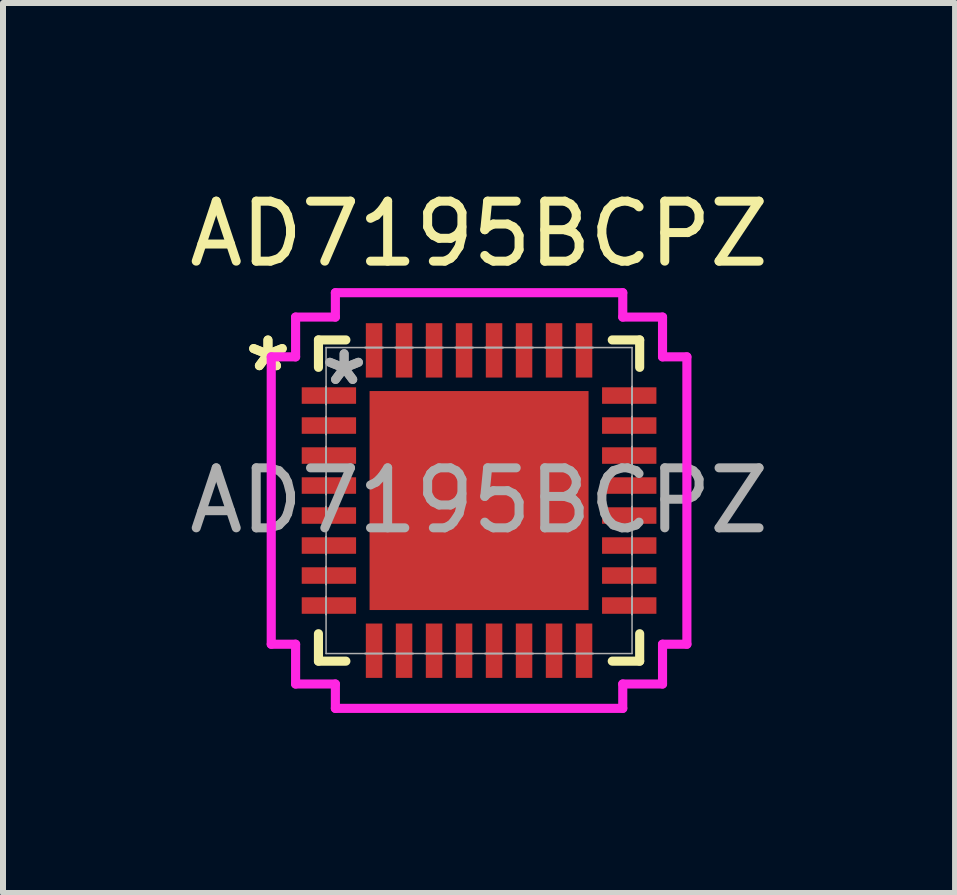
<source format=kicad_pcb>
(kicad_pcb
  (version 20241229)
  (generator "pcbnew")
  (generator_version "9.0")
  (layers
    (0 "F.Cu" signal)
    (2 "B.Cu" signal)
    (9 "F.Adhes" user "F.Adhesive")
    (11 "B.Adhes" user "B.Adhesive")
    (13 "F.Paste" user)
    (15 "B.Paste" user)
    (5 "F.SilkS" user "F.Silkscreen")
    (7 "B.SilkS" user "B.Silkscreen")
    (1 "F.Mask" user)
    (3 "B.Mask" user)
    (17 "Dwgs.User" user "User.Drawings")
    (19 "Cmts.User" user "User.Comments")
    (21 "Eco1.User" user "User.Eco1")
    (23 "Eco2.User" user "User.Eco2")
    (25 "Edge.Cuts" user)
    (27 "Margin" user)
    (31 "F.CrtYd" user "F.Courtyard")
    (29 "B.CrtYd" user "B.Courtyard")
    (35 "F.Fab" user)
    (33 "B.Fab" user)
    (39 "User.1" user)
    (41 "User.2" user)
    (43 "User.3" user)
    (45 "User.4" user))
  (footprint "AD7195BCPZ"
    (layer "F.Cu")
    (at 4.935 5.293)
    (property "Reference" "AD7195BCPZ" (at 0 -4.445 0) (unlocked yes) (layer "F.SilkS") (effects (font (size 1 1) (thickness 0.15))))
    (attr smd)
    (fp_line (start -2.677 -2.677) (end -2.677 -2.22) (stroke (width 0.152) (type solid)) (layer "F.SilkS"))
    (fp_line (start -2.677 2.22) (end -2.677 2.677) (stroke (width 0.152) (type solid)) (layer "F.SilkS"))
    (fp_line (start -2.677 2.677) (end -2.22 2.677) (stroke (width 0.152) (type solid)) (layer "F.SilkS"))
    (fp_line (start -2.22 -2.677) (end -2.677 -2.677) (stroke (width 0.152) (type solid)) (layer "F.SilkS"))
    (fp_line (start 2.22 2.677) (end 2.677 2.677) (stroke (width 0.152) (type solid)) (layer "F.SilkS"))
    (fp_line (start 2.677 -2.677) (end 2.22 -2.677) (stroke (width 0.152) (type solid)) (layer "F.SilkS"))
    (fp_line (start 2.677 -2.22) (end 2.677 -2.677) (stroke (width 0.152) (type solid)) (layer "F.SilkS"))
    (fp_line (start 2.677 2.677) (end 2.677 2.22) (stroke (width 0.152) (type solid)) (layer "F.SilkS"))
    (fp_poly (pts (xy -1.725 -1.725) (xy -1.725 -0.1) (xy -0.1 -0.1) (xy -0.1 -1.725)) (stroke (width 0) (type solid)) (fill yes) (layer "F.Paste"))
    (fp_poly (pts (xy -1.725 0.1) (xy -1.725 1.725) (xy -0.1 1.725) (xy -0.1 0.1)) (stroke (width 0) (type solid)) (fill yes) (layer "F.Paste"))
    (fp_poly (pts (xy 0.1 -1.725) (xy 0.1 -0.1) (xy 1.725 -0.1) (xy 1.725 -1.725)) (stroke (width 0) (type solid)) (fill yes) (layer "F.Paste"))
    (fp_poly (pts (xy 0.1 0.1) (xy 0.1 1.725) (xy 1.725 1.725) (xy 1.725 0.1)) (stroke (width 0) (type solid)) (fill yes) (layer "F.Paste"))
    (fp_line (start -3.464 -2.395) (end -3.058 -2.395) (stroke (width 0.152) (type solid)) (layer "F.CrtYd"))
    (fp_line (start -3.464 2.395) (end -3.464 -2.395) (stroke (width 0.152) (type solid)) (layer "F.CrtYd"))
    (fp_line (start -3.058 -3.058) (end -2.395 -3.058) (stroke (width 0.152) (type solid)) (layer "F.CrtYd"))
    (fp_line (start -3.058 -2.395) (end -3.058 -3.058) (stroke (width 0.152) (type solid)) (layer "F.CrtYd"))
    (fp_line (start -3.058 2.395) (end -3.464 2.395) (stroke (width 0.152) (type solid)) (layer "F.CrtYd"))
    (fp_line (start -3.058 3.058) (end -3.058 2.395) (stroke (width 0.152) (type solid)) (layer "F.CrtYd"))
    (fp_line (start -2.395 -3.464) (end 2.395 -3.464) (stroke (width 0.152) (type solid)) (layer "F.CrtYd"))
    (fp_line (start -2.395 -3.058) (end -2.395 -3.464) (stroke (width 0.152) (type solid)) (layer "F.CrtYd"))
    (fp_line (start -2.395 3.058) (end -3.058 3.058) (stroke (width 0.152) (type solid)) (layer "F.CrtYd"))
    (fp_line (start -2.395 3.464) (end -2.395 3.058) (stroke (width 0.152) (type solid)) (layer "F.CrtYd"))
    (fp_line (start 2.395 -3.464) (end 2.395 -3.058) (stroke (width 0.152) (type solid)) (layer "F.CrtYd"))
    (fp_line (start 2.395 -3.058) (end 3.058 -3.058) (stroke (width 0.152) (type solid)) (layer "F.CrtYd"))
    (fp_line (start 2.395 3.058) (end 2.395 3.464) (stroke (width 0.152) (type solid)) (layer "F.CrtYd"))
    (fp_line (start 2.395 3.464) (end -2.395 3.464) (stroke (width 0.152) (type solid)) (layer "F.CrtYd"))
    (fp_line (start 3.058 -3.058) (end 3.058 -2.395) (stroke (width 0.152) (type solid)) (layer "F.CrtYd"))
    (fp_line (start 3.058 -2.395) (end 3.464 -2.395) (stroke (width 0.152) (type solid)) (layer "F.CrtYd"))
    (fp_line (start 3.058 2.395) (end 3.058 3.058) (stroke (width 0.152) (type solid)) (layer "F.CrtYd"))
    (fp_line (start 3.058 3.058) (end 2.395 3.058) (stroke (width 0.152) (type solid)) (layer "F.CrtYd"))
    (fp_line (start 3.464 -2.395) (end 3.464 2.395) (stroke (width 0.152) (type solid)) (layer "F.CrtYd"))
    (fp_line (start 3.464 2.395) (end 3.058 2.395) (stroke (width 0.152) (type solid)) (layer "F.CrtYd"))
    (fp_line (start -2.55 -2.55) (end -2.55 2.55) (stroke (width 0.025) (type solid)) (layer "F.Fab"))
    (fp_line (start -2.55 -1.9) (end -2.55 -1.9) (stroke (width 0.025) (type solid)) (layer "F.Fab"))
    (fp_line (start -2.55 -1.9) (end -2.55 -1.6) (stroke (width 0.025) (type solid)) (layer "F.Fab"))
    (fp_line (start -2.55 -1.6) (end -2.55 -1.9) (stroke (width 0.025) (type solid)) (layer "F.Fab"))
    (fp_line (start -2.55 -1.6) (end -2.55 -1.6) (stroke (width 0.025) (type solid)) (layer "F.Fab"))
    (fp_line (start -2.55 -1.4) (end -2.55 -1.4) (stroke (width 0.025) (type solid)) (layer "F.Fab"))
    (fp_line (start -2.55 -1.4) (end -2.55 -1.1) (stroke (width 0.025) (type solid)) (layer "F.Fab"))
    (fp_line (start -2.55 -1.1) (end -2.55 -1.4) (stroke (width 0.025) (type solid)) (layer "F.Fab"))
    (fp_line (start -2.55 -1.1) (end -2.55 -1.1) (stroke (width 0.025) (type solid)) (layer "F.Fab"))
    (fp_line (start -2.55 -0.9) (end -2.55 -0.9) (stroke (width 0.025) (type solid)) (layer "F.Fab"))
    (fp_line (start -2.55 -0.9) (end -2.55 -0.6) (stroke (width 0.025) (type solid)) (layer "F.Fab"))
    (fp_line (start -2.55 -0.6) (end -2.55 -0.9) (stroke (width 0.025) (type solid)) (layer "F.Fab"))
    (fp_line (start -2.55 -0.6) (end -2.55 -0.6) (stroke (width 0.025) (type solid)) (layer "F.Fab"))
    (fp_line (start -2.55 -0.4) (end -2.55 -0.4) (stroke (width 0.025) (type solid)) (layer "F.Fab"))
    (fp_line (start -2.55 -0.4) (end -2.55 -0.1) (stroke (width 0.025) (type solid)) (layer "F.Fab"))
    (fp_line (start -2.55 -0.1) (end -2.55 -0.4) (stroke (width 0.025) (type solid)) (layer "F.Fab"))
    (fp_line (start -2.55 -0.1) (end -2.55 -0.1) (stroke (width 0.025) (type solid)) (layer "F.Fab"))
    (fp_line (start -2.55 0.1) (end -2.55 0.1) (stroke (width 0.025) (type solid)) (layer "F.Fab"))
    (fp_line (start -2.55 0.1) (end -2.55 0.4) (stroke (width 0.025) (type solid)) (layer "F.Fab"))
    (fp_line (start -2.55 0.4) (end -2.55 0.1) (stroke (width 0.025) (type solid)) (layer "F.Fab"))
    (fp_line (start -2.55 0.4) (end -2.55 0.4) (stroke (width 0.025) (type solid)) (layer "F.Fab"))
    (fp_line (start -2.55 0.6) (end -2.55 0.6) (stroke (width 0.025) (type solid)) (layer "F.Fab"))
    (fp_line (start -2.55 0.6) (end -2.55 0.9) (stroke (width 0.025) (type solid)) (layer "F.Fab"))
    (fp_line (start -2.55 0.9) (end -2.55 0.6) (stroke (width 0.025) (type solid)) (layer "F.Fab"))
    (fp_line (start -2.55 0.9) (end -2.55 0.9) (stroke (width 0.025) (type solid)) (layer "F.Fab"))
    (fp_line (start -2.55 1.1) (end -2.55 1.1) (stroke (width 0.025) (type solid)) (layer "F.Fab"))
    (fp_line (start -2.55 1.1) (end -2.55 1.4) (stroke (width 0.025) (type solid)) (layer "F.Fab"))
    (fp_line (start -2.55 1.4) (end -2.55 1.1) (stroke (width 0.025) (type solid)) (layer "F.Fab"))
    (fp_line (start -2.55 1.4) (end -2.55 1.4) (stroke (width 0.025) (type solid)) (layer "F.Fab"))
    (fp_line (start -2.55 1.6) (end -2.55 1.6) (stroke (width 0.025) (type solid)) (layer "F.Fab"))
    (fp_line (start -2.55 1.6) (end -2.55 1.9) (stroke (width 0.025) (type solid)) (layer "F.Fab"))
    (fp_line (start -2.55 1.9) (end -2.55 1.6) (stroke (width 0.025) (type solid)) (layer "F.Fab"))
    (fp_line (start -2.55 1.9) (end -2.55 1.9) (stroke (width 0.025) (type solid)) (layer "F.Fab"))
    (fp_line (start -2.55 2.55) (end 2.55 2.55) (stroke (width 0.025) (type solid)) (layer "F.Fab"))
    (fp_line (start -1.9 -2.55) (end -1.9 -2.55) (stroke (width 0.025) (type solid)) (layer "F.Fab"))
    (fp_line (start -1.9 -2.55) (end -1.6 -2.55) (stroke (width 0.025) (type solid)) (layer "F.Fab"))
    (fp_line (start -1.9 2.55) (end -1.9 2.55) (stroke (width 0.025) (type solid)) (layer "F.Fab"))
    (fp_line (start -1.9 2.55) (end -1.6 2.55) (stroke (width 0.025) (type solid)) (layer "F.Fab"))
    (fp_line (start -1.6 -2.55) (end -1.9 -2.55) (stroke (width 0.025) (type solid)) (layer "F.Fab"))
    (fp_line (start -1.6 -2.55) (end -1.6 -2.55) (stroke (width 0.025) (type solid)) (layer "F.Fab"))
    (fp_line (start -1.6 2.55) (end -1.9 2.55) (stroke (width 0.025) (type solid)) (layer "F.Fab"))
    (fp_line (start -1.6 2.55) (end -1.6 2.55) (stroke (width 0.025) (type solid)) (layer "F.Fab"))
    (fp_line (start -1.4 -2.55) (end -1.4 -2.55) (stroke (width 0.025) (type solid)) (layer "F.Fab"))
    (fp_line (start -1.4 -2.55) (end -1.1 -2.55) (stroke (width 0.025) (type solid)) (layer "F.Fab"))
    (fp_line (start -1.4 2.55) (end -1.4 2.55) (stroke (width 0.025) (type solid)) (layer "F.Fab"))
    (fp_line (start -1.4 2.55) (end -1.1 2.55) (stroke (width 0.025) (type solid)) (layer "F.Fab"))
    (fp_line (start -1.1 -2.55) (end -1.4 -2.55) (stroke (width 0.025) (type solid)) (layer "F.Fab"))
    (fp_line (start -1.1 -2.55) (end -1.1 -2.55) (stroke (width 0.025) (type solid)) (layer "F.Fab"))
    (fp_line (start -1.1 2.55) (end -1.4 2.55) (stroke (width 0.025) (type solid)) (layer "F.Fab"))
    (fp_line (start -1.1 2.55) (end -1.1 2.55) (stroke (width 0.025) (type solid)) (layer "F.Fab"))
    (fp_line (start -0.9 -2.55) (end -0.9 -2.55) (stroke (width 0.025) (type solid)) (layer "F.Fab"))
    (fp_line (start -0.9 -2.55) (end -0.6 -2.55) (stroke (width 0.025) (type solid)) (layer "F.Fab"))
    (fp_line (start -0.9 2.55) (end -0.9 2.55) (stroke (width 0.025) (type solid)) (layer "F.Fab"))
    (fp_line (start -0.9 2.55) (end -0.6 2.55) (stroke (width 0.025) (type solid)) (layer "F.Fab"))
    (fp_line (start -0.6 -2.55) (end -0.9 -2.55) (stroke (width 0.025) (type solid)) (layer "F.Fab"))
    (fp_line (start -0.6 -2.55) (end -0.6 -2.55) (stroke (width 0.025) (type solid)) (layer "F.Fab"))
    (fp_line (start -0.6 2.55) (end -0.9 2.55) (stroke (width 0.025) (type solid)) (layer "F.Fab"))
    (fp_line (start -0.6 2.55) (end -0.6 2.55) (stroke (width 0.025) (type solid)) (layer "F.Fab"))
    (fp_line (start -0.4 -2.55) (end -0.4 -2.55) (stroke (width 0.025) (type solid)) (layer "F.Fab"))
    (fp_line (start -0.4 -2.55) (end -0.1 -2.55) (stroke (width 0.025) (type solid)) (layer "F.Fab"))
    (fp_line (start -0.4 2.55) (end -0.4 2.55) (stroke (width 0.025) (type solid)) (layer "F.Fab"))
    (fp_line (start -0.4 2.55) (end -0.1 2.55) (stroke (width 0.025) (type solid)) (layer "F.Fab"))
    (fp_line (start -0.1 -2.55) (end -0.4 -2.55) (stroke (width 0.025) (type solid)) (layer "F.Fab"))
    (fp_line (start -0.1 -2.55) (end -0.1 -2.55) (stroke (width 0.025) (type solid)) (layer "F.Fab"))
    (fp_line (start -0.1 2.55) (end -0.4 2.55) (stroke (width 0.025) (type solid)) (layer "F.Fab"))
    (fp_line (start -0.1 2.55) (end -0.1 2.55) (stroke (width 0.025) (type solid)) (layer "F.Fab"))
    (fp_line (start 0.1 -2.55) (end 0.1 -2.55) (stroke (width 0.025) (type solid)) (layer "F.Fab"))
    (fp_line (start 0.1 -2.55) (end 0.4 -2.55) (stroke (width 0.025) (type solid)) (layer "F.Fab"))
    (fp_line (start 0.1 2.55) (end 0.1 2.55) (stroke (width 0.025) (type solid)) (layer "F.Fab"))
    (fp_line (start 0.1 2.55) (end 0.4 2.55) (stroke (width 0.025) (type solid)) (layer "F.Fab"))
    (fp_line (start 0.4 -2.55) (end 0.1 -2.55) (stroke (width 0.025) (type solid)) (layer "F.Fab"))
    (fp_line (start 0.4 -2.55) (end 0.4 -2.55) (stroke (width 0.025) (type solid)) (layer "F.Fab"))
    (fp_line (start 0.4 2.55) (end 0.1 2.55) (stroke (width 0.025) (type solid)) (layer "F.Fab"))
    (fp_line (start 0.4 2.55) (end 0.4 2.55) (stroke (width 0.025) (type solid)) (layer "F.Fab"))
    (fp_line (start 0.6 -2.55) (end 0.6 -2.55) (stroke (width 0.025) (type solid)) (layer "F.Fab"))
    (fp_line (start 0.6 -2.55) (end 0.9 -2.55) (stroke (width 0.025) (type solid)) (layer "F.Fab"))
    (fp_line (start 0.6 2.55) (end 0.6 2.55) (stroke (width 0.025) (type solid)) (layer "F.Fab"))
    (fp_line (start 0.6 2.55) (end 0.9 2.55) (stroke (width 0.025) (type solid)) (layer "F.Fab"))
    (fp_line (start 0.9 -2.55) (end 0.6 -2.55) (stroke (width 0.025) (type solid)) (layer "F.Fab"))
    (fp_line (start 0.9 -2.55) (end 0.9 -2.55) (stroke (width 0.025) (type solid)) (layer "F.Fab"))
    (fp_line (start 0.9 2.55) (end 0.6 2.55) (stroke (width 0.025) (type solid)) (layer "F.Fab"))
    (fp_line (start 0.9 2.55) (end 0.9 2.55) (stroke (width 0.025) (type solid)) (layer "F.Fab"))
    (fp_line (start 1.1 -2.55) (end 1.1 -2.55) (stroke (width 0.025) (type solid)) (layer "F.Fab"))
    (fp_line (start 1.1 -2.55) (end 1.4 -2.55) (stroke (width 0.025) (type solid)) (layer "F.Fab"))
    (fp_line (start 1.1 2.55) (end 1.1 2.55) (stroke (width 0.025) (type solid)) (layer "F.Fab"))
    (fp_line (start 1.1 2.55) (end 1.4 2.55) (stroke (width 0.025) (type solid)) (layer "F.Fab"))
    (fp_line (start 1.4 -2.55) (end 1.1 -2.55) (stroke (width 0.025) (type solid)) (layer "F.Fab"))
    (fp_line (start 1.4 -2.55) (end 1.4 -2.55) (stroke (width 0.025) (type solid)) (layer "F.Fab"))
    (fp_line (start 1.4 2.55) (end 1.1 2.55) (stroke (width 0.025) (type solid)) (layer "F.Fab"))
    (fp_line (start 1.4 2.55) (end 1.4 2.55) (stroke (width 0.025) (type solid)) (layer "F.Fab"))
    (fp_line (start 1.6 -2.55) (end 1.6 -2.55) (stroke (width 0.025) (type solid)) (layer "F.Fab"))
    (fp_line (start 1.6 -2.55) (end 1.9 -2.55) (stroke (width 0.025) (type solid)) (layer "F.Fab"))
    (fp_line (start 1.6 2.55) (end 1.6 2.55) (stroke (width 0.025) (type solid)) (layer "F.Fab"))
    (fp_line (start 1.6 2.55) (end 1.9 2.55) (stroke (width 0.025) (type solid)) (layer "F.Fab"))
    (fp_line (start 1.9 -2.55) (end 1.6 -2.55) (stroke (width 0.025) (type solid)) (layer "F.Fab"))
    (fp_line (start 1.9 -2.55) (end 1.9 -2.55) (stroke (width 0.025) (type solid)) (layer "F.Fab"))
    (fp_line (start 1.9 2.55) (end 1.6 2.55) (stroke (width 0.025) (type solid)) (layer "F.Fab"))
    (fp_line (start 1.9 2.55) (end 1.9 2.55) (stroke (width 0.025) (type solid)) (layer "F.Fab"))
    (fp_line (start 2.55 -2.55) (end -2.55 -2.55) (stroke (width 0.025) (type solid)) (layer "F.Fab"))
    (fp_line (start 2.55 -1.9) (end 2.55 -1.9) (stroke (width 0.025) (type solid)) (layer "F.Fab"))
    (fp_line (start 2.55 -1.9) (end 2.55 -1.6) (stroke (width 0.025) (type solid)) (layer "F.Fab"))
    (fp_line (start 2.55 -1.6) (end 2.55 -1.9) (stroke (width 0.025) (type solid)) (layer "F.Fab"))
    (fp_line (start 2.55 -1.6) (end 2.55 -1.6) (stroke (width 0.025) (type solid)) (layer "F.Fab"))
    (fp_line (start 2.55 -1.4) (end 2.55 -1.4) (stroke (width 0.025) (type solid)) (layer "F.Fab"))
    (fp_line (start 2.55 -1.4) (end 2.55 -1.1) (stroke (width 0.025) (type solid)) (layer "F.Fab"))
    (fp_line (start 2.55 -1.1) (end 2.55 -1.4) (stroke (width 0.025) (type solid)) (layer "F.Fab"))
    (fp_line (start 2.55 -1.1) (end 2.55 -1.1) (stroke (width 0.025) (type solid)) (layer "F.Fab"))
    (fp_line (start 2.55 -0.9) (end 2.55 -0.9) (stroke (width 0.025) (type solid)) (layer "F.Fab"))
    (fp_line (start 2.55 -0.9) (end 2.55 -0.6) (stroke (width 0.025) (type solid)) (layer "F.Fab"))
    (fp_line (start 2.55 -0.6) (end 2.55 -0.9) (stroke (width 0.025) (type solid)) (layer "F.Fab"))
    (fp_line (start 2.55 -0.6) (end 2.55 -0.6) (stroke (width 0.025) (type solid)) (layer "F.Fab"))
    (fp_line (start 2.55 -0.4) (end 2.55 -0.4) (stroke (width 0.025) (type solid)) (layer "F.Fab"))
    (fp_line (start 2.55 -0.4) (end 2.55 -0.1) (stroke (width 0.025) (type solid)) (layer "F.Fab"))
    (fp_line (start 2.55 -0.1) (end 2.55 -0.4) (stroke (width 0.025) (type solid)) (layer "F.Fab"))
    (fp_line (start 2.55 -0.1) (end 2.55 -0.1) (stroke (width 0.025) (type solid)) (layer "F.Fab"))
    (fp_line (start 2.55 0.1) (end 2.55 0.1) (stroke (width 0.025) (type solid)) (layer "F.Fab"))
    (fp_line (start 2.55 0.1) (end 2.55 0.4) (stroke (width 0.025) (type solid)) (layer "F.Fab"))
    (fp_line (start 2.55 0.4) (end 2.55 0.1) (stroke (width 0.025) (type solid)) (layer "F.Fab"))
    (fp_line (start 2.55 0.4) (end 2.55 0.4) (stroke (width 0.025) (type solid)) (layer "F.Fab"))
    (fp_line (start 2.55 0.6) (end 2.55 0.6) (stroke (width 0.025) (type solid)) (layer "F.Fab"))
    (fp_line (start 2.55 0.6) (end 2.55 0.9) (stroke (width 0.025) (type solid)) (layer "F.Fab"))
    (fp_line (start 2.55 0.9) (end 2.55 0.6) (stroke (width 0.025) (type solid)) (layer "F.Fab"))
    (fp_line (start 2.55 0.9) (end 2.55 0.9) (stroke (width 0.025) (type solid)) (layer "F.Fab"))
    (fp_line (start 2.55 1.1) (end 2.55 1.1) (stroke (width 0.025) (type solid)) (layer "F.Fab"))
    (fp_line (start 2.55 1.1) (end 2.55 1.4) (stroke (width 0.025) (type solid)) (layer "F.Fab"))
    (fp_line (start 2.55 1.4) (end 2.55 1.1) (stroke (width 0.025) (type solid)) (layer "F.Fab"))
    (fp_line (start 2.55 1.4) (end 2.55 1.4) (stroke (width 0.025) (type solid)) (layer "F.Fab"))
    (fp_line (start 2.55 1.6) (end 2.55 1.6) (stroke (width 0.025) (type solid)) (layer "F.Fab"))
    (fp_line (start 2.55 1.6) (end 2.55 1.9) (stroke (width 0.025) (type solid)) (layer "F.Fab"))
    (fp_line (start 2.55 1.9) (end 2.55 1.6) (stroke (width 0.025) (type solid)) (layer "F.Fab"))
    (fp_line (start 2.55 1.9) (end 2.55 1.9) (stroke (width 0.025) (type solid)) (layer "F.Fab"))
    (fp_line (start 2.55 2.55) (end 2.55 -2.55) (stroke (width 0.025) (type solid)) (layer "F.Fab"))
    (fp_text user "*" (at -3.519 -2.131 0) (layer "F.SilkS") (effects (font (size 1 1) (thickness 0.15))))
    (fp_text user "*" (at -3.519 -2.131 0) (unlocked yes) (layer "F.SilkS") (effects (font (size 1 1) (thickness 0.15))))
    (fp_text user "*" (at -2.249 -1.902 0) (layer "F.Fab") (effects (font (size 1 1) (thickness 0.15))))
    (fp_text user "${REFERENCE}" (at 0 0 0) (unlocked yes) (layer "F.Fab") (effects (font (size 1 1) (thickness 0.15))))
    (fp_text user "*" (at -2.249 -1.902 0) (unlocked yes) (layer "F.Fab") (effects (font (size 1 1) (thickness 0.15))))
    (pad "1" smd rect (at -2.503 -1.75 90) (size 0.275 0.906) (layers "F.Cu" "F.Mask" "F.Paste"))
    (pad "2" smd rect (at -2.503 -1.25 90) (size 0.275 0.906) (layers "F.Cu" "F.Mask" "F.Paste"))
    (pad "3" smd rect (at -2.503 -0.75 90) (size 0.275 0.906) (layers "F.Cu" "F.Mask" "F.Paste"))
    (pad "4" smd rect (at -2.503 -0.25 90) (size 0.275 0.906) (layers "F.Cu" "F.Mask" "F.Paste"))
    (pad "5" smd rect (at -2.503 0.25 90) (size 0.275 0.906) (layers "F.Cu" "F.Mask" "F.Paste"))
    (pad "6" smd rect (at -2.503 0.75 90) (size 0.275 0.906) (layers "F.Cu" "F.Mask" "F.Paste"))
    (pad "7" smd rect (at -2.503 1.25 90) (size 0.275 0.906) (layers "F.Cu" "F.Mask" "F.Paste"))
    (pad "8" smd rect (at -2.503 1.75 90) (size 0.275 0.906) (layers "F.Cu" "F.Mask" "F.Paste"))
    (pad "9" smd rect (at -1.75 2.503) (size 0.275 0.906) (layers "F.Cu" "F.Mask" "F.Paste"))
    (pad "10" smd rect (at -1.25 2.503) (size 0.275 0.906) (layers "F.Cu" "F.Mask" "F.Paste"))
    (pad "11" smd rect (at -0.75 2.503) (size 0.275 0.906) (layers "F.Cu" "F.Mask" "F.Paste"))
    (pad "12" smd rect (at -0.25 2.503) (size 0.275 0.906) (layers "F.Cu" "F.Mask" "F.Paste"))
    (pad "13" smd rect (at 0.25 2.503) (size 0.275 0.906) (layers "F.Cu" "F.Mask" "F.Paste"))
    (pad "14" smd rect (at 0.75 2.503) (size 0.275 0.906) (layers "F.Cu" "F.Mask" "F.Paste"))
    (pad "15" smd rect (at 1.25 2.503) (size 0.275 0.906) (layers "F.Cu" "F.Mask" "F.Paste"))
    (pad "16" smd rect (at 1.75 2.503) (size 0.275 0.906) (layers "F.Cu" "F.Mask" "F.Paste"))
    (pad "17" smd rect (at 2.503 1.75 90) (size 0.275 0.906) (layers "F.Cu" "F.Mask" "F.Paste"))
    (pad "18" smd rect (at 2.503 1.25 90) (size 0.275 0.906) (layers "F.Cu" "F.Mask" "F.Paste"))
    (pad "19" smd rect (at 2.503 0.75 90) (size 0.275 0.906) (layers "F.Cu" "F.Mask" "F.Paste"))
    (pad "20" smd rect (at 2.503 0.25 90) (size 0.275 0.906) (layers "F.Cu" "F.Mask" "F.Paste"))
    (pad "21" smd rect (at 2.503 -0.25 90) (size 0.275 0.906) (layers "F.Cu" "F.Mask" "F.Paste"))
    (pad "22" smd rect (at 2.503 -0.75 90) (size 0.275 0.906) (layers "F.Cu" "F.Mask" "F.Paste"))
    (pad "23" smd rect (at 2.503 -1.25 90) (size 0.275 0.906) (layers "F.Cu" "F.Mask" "F.Paste"))
    (pad "24" smd rect (at 2.503 -1.75 90) (size 0.275 0.906) (layers "F.Cu" "F.Mask" "F.Paste"))
    (pad "25" smd rect (at 1.75 -2.503) (size 0.275 0.906) (layers "F.Cu" "F.Mask" "F.Paste"))
    (pad "26" smd rect (at 1.25 -2.503) (size 0.275 0.906) (layers "F.Cu" "F.Mask" "F.Paste"))
    (pad "27" smd rect (at 0.75 -2.503) (size 0.275 0.906) (layers "F.Cu" "F.Mask" "F.Paste"))
    (pad "28" smd rect (at 0.25 -2.503) (size 0.275 0.906) (layers "F.Cu" "F.Mask" "F.Paste"))
    (pad "29" smd rect (at -0.25 -2.503) (size 0.275 0.906) (layers "F.Cu" "F.Mask" "F.Paste"))
    (pad "30" smd rect (at -0.75 -2.503) (size 0.275 0.906) (layers "F.Cu" "F.Mask" "F.Paste"))
    (pad "31" smd rect (at -1.25 -2.503) (size 0.275 0.906) (layers "F.Cu" "F.Mask" "F.Paste"))
    (pad "32" smd rect (at -1.75 -2.503) (size 0.275 0.906) (layers "F.Cu" "F.Mask" "F.Paste"))
    (pad "HTAB" smd rect (at 0 0) (size 3.65 3.65) (layers "F.Cu" "F.Mask" "F.Paste")))
  (gr_rect
    (start -3 -3)
    (end 12.869 11.834)
    (stroke (width 0.1) (type default))
    (fill no)
    (layer "Edge.Cuts")))
</source>
